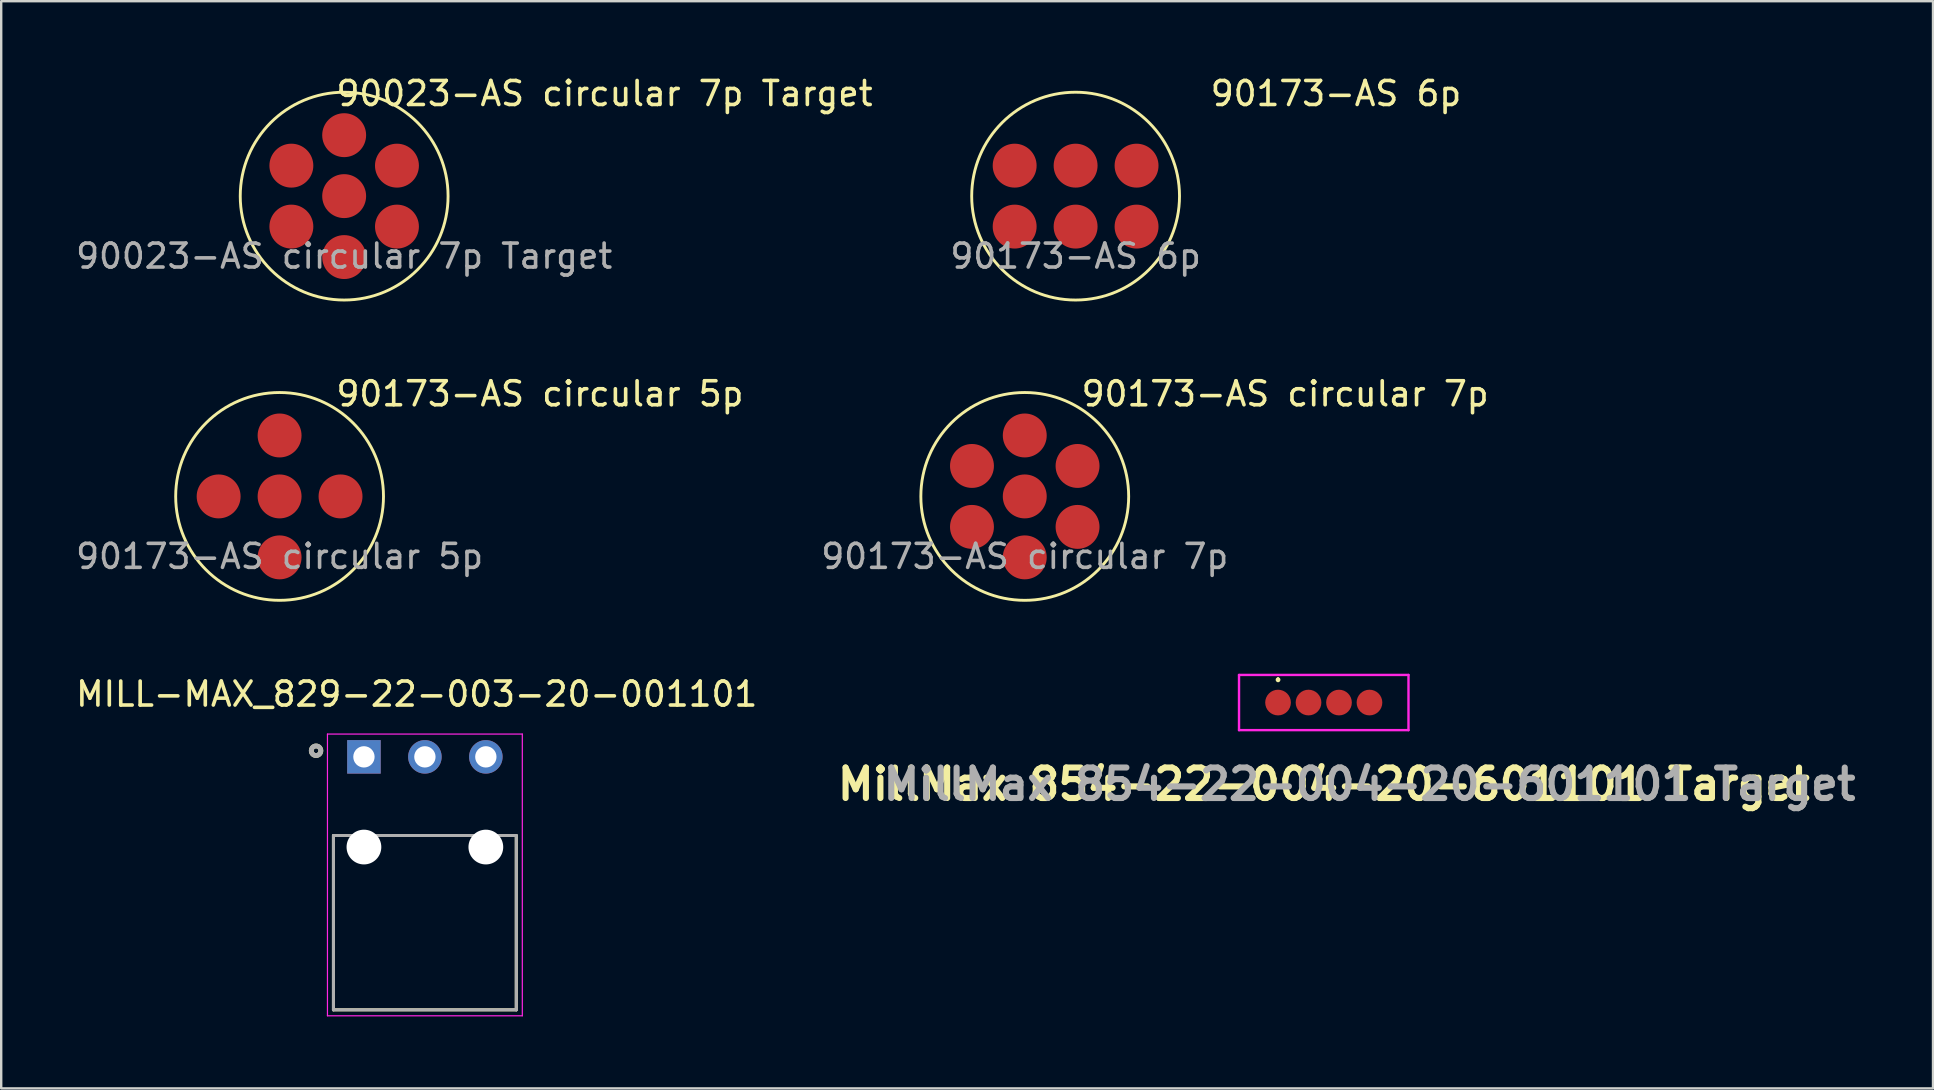
<source format=kicad_pcb>
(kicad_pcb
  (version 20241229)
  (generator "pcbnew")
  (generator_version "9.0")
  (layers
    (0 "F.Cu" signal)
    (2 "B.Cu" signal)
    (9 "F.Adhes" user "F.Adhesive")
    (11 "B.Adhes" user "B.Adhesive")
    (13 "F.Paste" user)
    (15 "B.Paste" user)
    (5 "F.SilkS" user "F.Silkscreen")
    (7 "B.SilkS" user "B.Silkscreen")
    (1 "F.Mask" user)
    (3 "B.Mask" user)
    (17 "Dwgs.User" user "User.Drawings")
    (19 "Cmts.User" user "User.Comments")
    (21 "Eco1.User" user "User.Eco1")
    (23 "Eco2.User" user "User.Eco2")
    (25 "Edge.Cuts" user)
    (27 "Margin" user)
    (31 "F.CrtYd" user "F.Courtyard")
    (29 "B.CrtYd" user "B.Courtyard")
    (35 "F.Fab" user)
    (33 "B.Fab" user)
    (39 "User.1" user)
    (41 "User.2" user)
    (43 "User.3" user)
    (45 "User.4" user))
  (footprint "90023-AS circular 7p Target"
    (layer "F.Cu")
    (at 11.292 5.123)
    (property "Reference" "90023-AS circular 7p Target" (at 10.85 -4.275 0) (unlocked yes) (layer "F.SilkS") (effects (font (size 1 1) (thickness 0.15))))
    (attr smd)
    (fp_circle (center 0 0) (end 4.33 0) (stroke (width 0.12) (type solid)) (fill no) (layer "F.SilkS"))
    (fp_text user "${REFERENCE}" (at 0 2.5 0) (unlocked yes) (layer "F.Fab") (effects (font (size 1 1) (thickness 0.15))))
    (pad "1" smd circle (at 0 0) (size 1.83 1.83) (layers "F.Cu" "F.Mask" "F.Paste"))
    (pad "2" smd circle (at 0 -2.54) (size 1.83 1.83) (layers "F.Cu" "F.Mask" "F.Paste"))
    (pad "3" smd circle (at -2.2 -1.27) (size 1.83 1.83) (layers "F.Cu" "F.Mask" "F.Paste"))
    (pad "4" smd circle (at -2.2 1.27) (size 1.83 1.83) (layers "F.Cu" "F.Mask" "F.Paste"))
    (pad "5" smd circle (at 0 2.54) (size 1.83 1.83) (layers "F.Cu" "F.Mask" "F.Paste"))
    (pad "6" smd circle (at 2.2 1.27) (size 1.83 1.83) (layers "F.Cu" "F.Mask" "F.Paste"))
    (pad "7" smd circle (at 2.2 -1.27) (size 1.83 1.83) (layers "F.Cu" "F.Mask" "F.Paste")))
  (footprint "90173-AS circular 7p"
    (layer "F.Cu")
    (at 39.654 17.637)
    (property "Reference" "90173-AS circular 7p" (at 10.85 -4.275 0) (unlocked yes) (layer "F.SilkS") (effects (font (size 1 1) (thickness 0.15))))
    (attr smd)
    (fp_circle (center 0 0) (end 4.33 0) (stroke (width 0.12) (type solid)) (fill no) (layer "F.SilkS"))
    (fp_text user "${REFERENCE}" (at 0 2.5 0) (unlocked yes) (layer "F.Fab") (effects (font (size 1 1) (thickness 0.15))))
    (pad "1" smd circle (at 0 0) (size 1.83 1.83) (layers "F.Cu" "F.Mask" "F.Paste"))
    (pad "2" smd circle (at 0 -2.54) (size 1.83 1.83) (layers "F.Cu" "F.Mask" "F.Paste"))
    (pad "3" smd circle (at -2.2 -1.27) (size 1.83 1.83) (layers "F.Cu" "F.Mask" "F.Paste"))
    (pad "4" smd circle (at -2.2 1.27) (size 1.83 1.83) (layers "F.Cu" "F.Mask" "F.Paste"))
    (pad "5" smd circle (at 0 2.54) (size 1.83 1.83) (layers "F.Cu" "F.Mask" "F.Paste"))
    (pad "6" smd circle (at 2.2 1.27) (size 1.83 1.83) (layers "F.Cu" "F.Mask" "F.Paste"))
    (pad "7" smd circle (at 2.2 -1.27) (size 1.83 1.83) (layers "F.Cu" "F.Mask" "F.Paste")))
  (footprint "90173-AS 6p"
    (layer "F.Cu")
    (at 41.773 5.123)
    (property "Reference" "90173-AS 6p" (at 10.85 -4.275 0) (unlocked yes) (layer "F.SilkS") (effects (font (size 1 1) (thickness 0.15))))
    (attr smd)
    (fp_circle (center 0 0) (end 4.33 0) (stroke (width 0.12) (type solid)) (fill no) (layer "F.SilkS"))
    (fp_text user "${REFERENCE}" (at 0 2.5 0) (unlocked yes) (layer "F.Fab") (effects (font (size 1 1) (thickness 0.15))))
    (pad "1" smd circle (at -2.54 -1.27) (size 1.83 1.83) (layers "F.Cu" "F.Mask" "F.Paste"))
    (pad "2" smd circle (at 0 -1.27) (size 1.83 1.83) (layers "F.Cu" "F.Mask" "F.Paste"))
    (pad "3" smd circle (at 2.54 -1.27) (size 1.83 1.83) (layers "F.Cu" "F.Mask" "F.Paste"))
    (pad "4" smd circle (at -2.54 1.27) (size 1.83 1.83) (layers "F.Cu" "F.Mask" "F.Paste"))
    (pad "5" smd circle (at 0 1.27) (size 1.83 1.83) (layers "F.Cu" "F.Mask" "F.Paste"))
    (pad "6" smd circle (at 2.54 1.27) (size 1.83 1.83) (layers "F.Cu" "F.Mask" "F.Paste")))
  (footprint "MillMax 854-22-004-20-601101 Target"
    (layer "F.Cu")
    (at 52.114 26.227)
    (property "Reference" "MillMax 854-22-004-20-601101 Target" (at 0 3.403 0) (layer "F.SilkS") (effects (font (size 1.27 1.27) (thickness 0.254))))
    (attr through_hole)
    (fp_line (start -1.905 -1) (end -1.905 -1) (stroke (width 0.1) (type solid)) (layer "F.SilkS"))
    (fp_line (start -1.905 -0.9) (end -1.905 -0.9) (stroke (width 0.1) (type solid)) (layer "F.SilkS"))
    (fp_arc (start -1.905 -1) (mid -1.855 -0.95) (end -1.905 -0.9) (stroke (width 0.1) (type solid)) (layer "F.SilkS"))
    (fp_arc (start -1.905 -0.9) (mid -1.955 -0.95) (end -1.905 -1) (stroke (width 0.1) (type solid)) (layer "F.SilkS"))
    (fp_line (start -3.531 -1.15) (end 3.531 -1.15) (stroke (width 0.1) (type solid)) (layer "F.CrtYd"))
    (fp_line (start -3.531 1.15) (end -3.531 -1.15) (stroke (width 0.1) (type solid)) (layer "F.CrtYd"))
    (fp_line (start 3.531 -1.15) (end 3.531 1.15) (stroke (width 0.1) (type solid)) (layer "F.CrtYd"))
    (fp_line (start 3.531 1.15) (end -3.531 1.15) (stroke (width 0.1) (type solid)) (layer "F.CrtYd"))
    (fp_text user "${REFERENCE}" (at 1.905 3.403 0) (layer "F.Fab") (effects (font (size 1.27 1.27) (thickness 0.254))))
    (pad "1" smd circle (at -1.905 0) (size 1.07 1.07) (layers "F.Cu" "F.Mask" "F.Paste"))
    (pad "2" smd circle (at -0.635 0) (size 1.07 1.07) (layers "F.Cu" "F.Mask" "F.Paste"))
    (pad "3" smd circle (at 0.635 0) (size 1.07 1.07) (layers "F.Cu" "F.Mask" "F.Paste"))
    (pad "4" smd circle (at 1.905 0) (size 1.07 1.07) (layers "F.Cu" "F.Mask" "F.Paste")))
  (footprint "90173-AS circular 5p"
    (layer "F.Cu")
    (at 8.601 17.637)
    (property "Reference" "90173-AS circular 5p" (at 10.85 -4.275 0) (unlocked yes) (layer "F.SilkS") (effects (font (size 1 1) (thickness 0.15))))
    (attr smd)
    (fp_circle (center 0 0) (end 4.33 0) (stroke (width 0.12) (type solid)) (fill no) (layer "F.SilkS"))
    (fp_text user "${REFERENCE}" (at 0 2.5 0) (unlocked yes) (layer "F.Fab") (effects (font (size 1 1) (thickness 0.15))))
    (pad "1" smd circle (at 0 0) (size 1.83 1.83) (layers "F.Cu" "F.Mask" "F.Paste"))
    (pad "2" smd circle (at 0 -2.54) (size 1.83 1.83) (layers "F.Cu" "F.Mask" "F.Paste"))
    (pad "3" smd circle (at -2.54 0) (size 1.83 1.83) (layers "F.Cu" "F.Mask" "F.Paste"))
    (pad "4" smd circle (at 0 2.54) (size 1.83 1.83) (layers "F.Cu" "F.Mask" "F.Paste"))
    (pad "5" smd circle (at 2.54 0) (size 1.83 1.83) (layers "F.Cu" "F.Mask" "F.Paste")))
  (footprint "MILL-MAX_829-22-003-20-001101"
    (layer "F.Cu")
    (at 14.656 28.49)
    (property "Reference" "MILL-MAX_829-22-003-20-001101" (at -0.341 -2.615 0) (layer "F.SilkS") (effects (font (size 1 1) (thickness 0.15))))
    (attr through_hole)
    (fp_line (start -3.81 10.541) (end -3.81 3.277) (stroke (width 0.127) (type solid)) (layer "F.SilkS"))
    (fp_line (start 3.81 3.277) (end 3.81 10.541) (stroke (width 0.127) (type solid)) (layer "F.SilkS"))
    (fp_line (start 3.81 10.541) (end -3.81 10.541) (stroke (width 0.127) (type solid)) (layer "F.SilkS"))
    (fp_circle (center -4.535 -0.255) (end -4.436 -0.255) (stroke (width 0.2) (type solid)) (fill no) (layer "F.SilkS"))
    (fp_line (start -4.06 -0.95) (end -4.06 10.791) (stroke (width 0.05) (type solid)) (layer "F.CrtYd"))
    (fp_line (start -4.06 10.791) (end 4.06 10.791) (stroke (width 0.05) (type solid)) (layer "F.CrtYd"))
    (fp_line (start 4.06 -0.95) (end -4.06 -0.95) (stroke (width 0.05) (type solid)) (layer "F.CrtYd"))
    (fp_line (start 4.06 10.791) (end 4.06 -0.95) (stroke (width 0.05) (type solid)) (layer "F.CrtYd"))
    (fp_line (start -3.81 3.277) (end -3.81 10.541) (stroke (width 0.127) (type solid)) (layer "F.Fab"))
    (fp_line (start -3.81 10.541) (end 3.81 10.541) (stroke (width 0.127) (type solid)) (layer "F.Fab"))
    (fp_line (start 3.81 3.277) (end -3.81 3.277) (stroke (width 0.127) (type solid)) (layer "F.Fab"))
    (fp_line (start 3.81 10.541) (end 3.81 3.277) (stroke (width 0.127) (type solid)) (layer "F.Fab"))
    (fp_circle (center -4.535 -0.255) (end -4.436 -0.255) (stroke (width 0.2) (type solid)) (fill no) (layer "F.Fab"))
    (pad "" np_thru_hole circle (at -2.54 3.759) (size 1.448 1.448) (drill 1.448) (layers "*.Cu" "*.Mask"))
    (pad "" np_thru_hole circle (at 2.54 3.759) (size 1.448 1.448) (drill 1.448) (layers "*.Cu" "*.Mask"))
    (pad "1" thru_hole rect (at -2.54 0) (size 1.397 1.397) (drill 0.889) (layers "*.Cu" "*.Mask"))
    (pad "2" thru_hole circle (at 0 0) (size 1.397 1.397) (drill 0.889) (layers "*.Cu" "*.Mask"))
    (pad "3" thru_hole circle (at 2.54 0) (size 1.397 1.397) (drill 0.889) (layers "*.Cu" "*.Mask")))
  (gr_rect
    (start -3 -3)
    (end 77.503 42.306)
    (stroke (width 0.1) (type default))
    (fill no)
    (layer "Edge.Cuts")))
</source>
